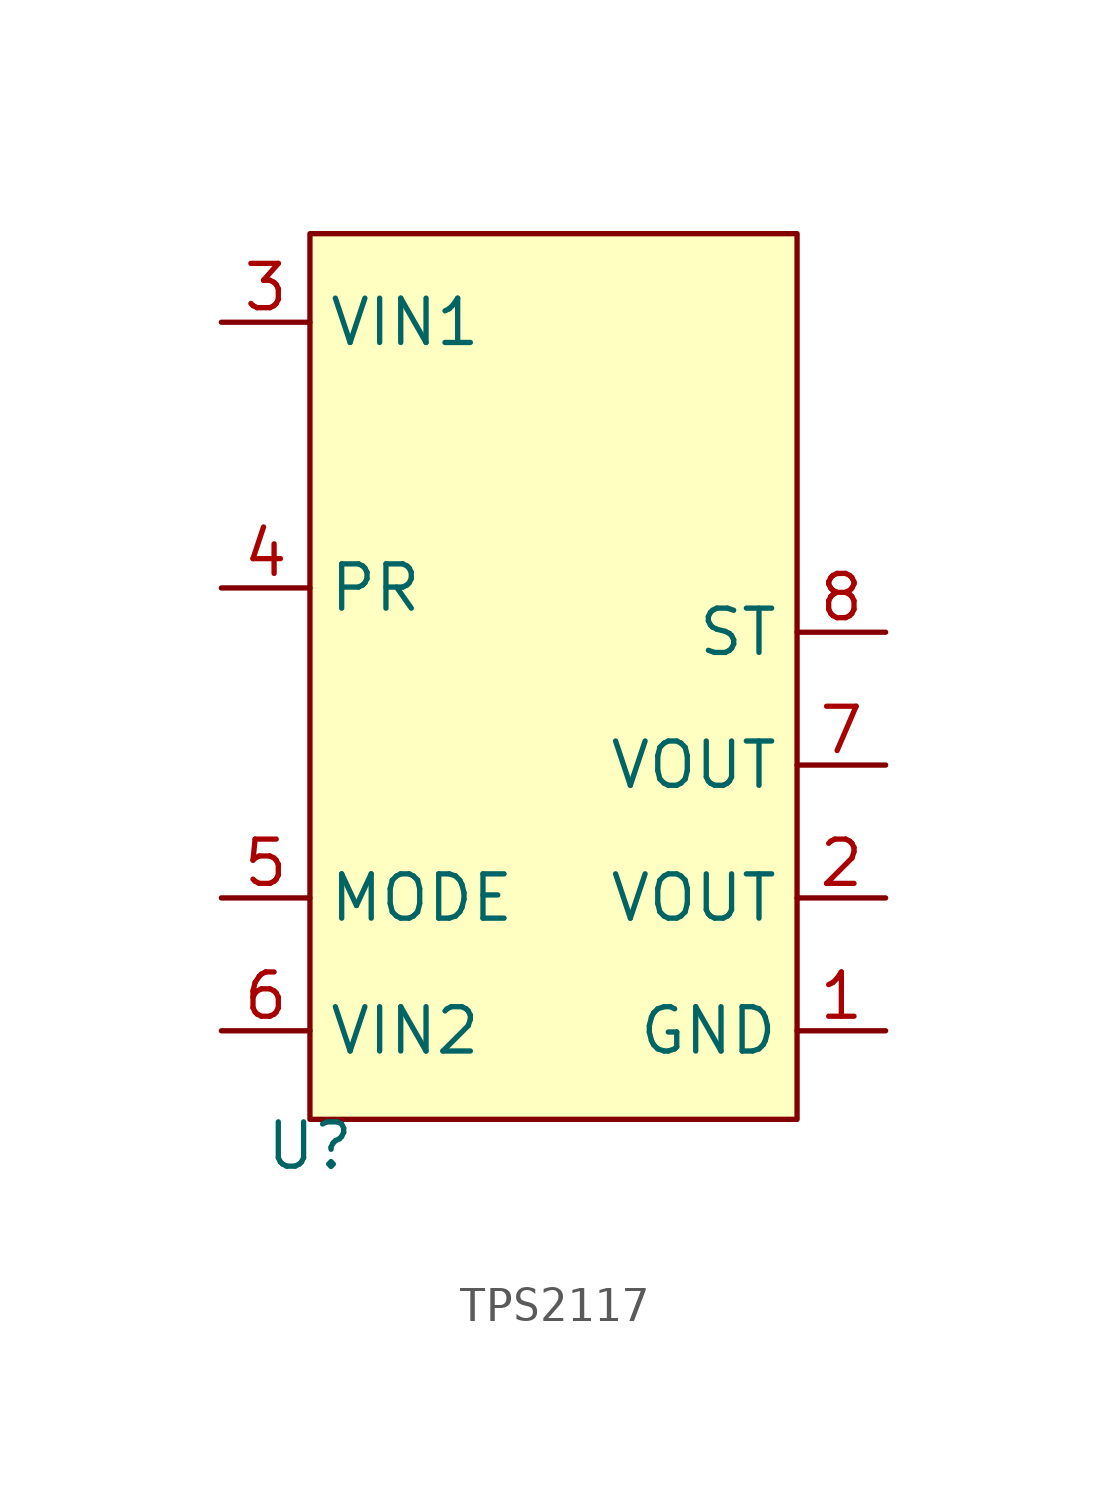
<source format=kicad_sym>
(kicad_symbol_lib
  (version 20231120)
  (generator "kicad_symbol_editor")
  (generator_version "8.0")
  (symbol "TPS2117"
    (property "Reference" "U"
      (at 0 -0.762 0)
      (effects (font (size 1.27 1.27))))
    (property "Value" ""
      (at 0 0 0)
      (effects (font (size 1.27 1.27))))
    (symbol "TPS2117_1_1"
      (rectangle (start 0 25.4) (end 13.97 0) (stroke (width 0) (type default)) (fill (type background)))
      (pin passive line (at 16.51 2.54 180) (length 2.54) (name "GND" (effects (font (size 1.27 1.27)))) (number "1" (effects (font (size 1.27 1.27)))))
      (pin passive line (at 16.51 6.35 180) (length 2.54) (name "VOUT" (effects (font (size 1.27 1.27)))) (number "2" (effects (font (size 1.27 1.27)))))
      (pin passive line (at -2.54 22.86 0) (length 2.54) (name "VIN1" (effects (font (size 1.27 1.27)))) (number "3" (effects (font (size 1.27 1.27)))))
      (pin passive line (at -2.54 15.24 0) (length 2.54) (name "PR" (effects (font (size 1.27 1.27)))) (number "4" (effects (font (size 1.27 1.27)))))
      (pin passive line (at -2.54 6.35 0) (length 2.54) (name "MODE" (effects (font (size 1.27 1.27)))) (number "5" (effects (font (size 1.27 1.27)))))
      (pin passive line (at -2.54 2.54 0) (length 2.54) (name "VIN2" (effects (font (size 1.27 1.27)))) (number "6" (effects (font (size 1.27 1.27)))))
      (pin passive line (at 16.51 10.16 180) (length 2.54) (name "VOUT" (effects (font (size 1.27 1.27)))) (number "7" (effects (font (size 1.27 1.27)))))
      (pin passive line (at 16.51 13.97 180) (length 2.54) (name "ST" (effects (font (size 1.27 1.27)))) (number "8" (effects (font (size 1.27 1.27))))))))
</source>
